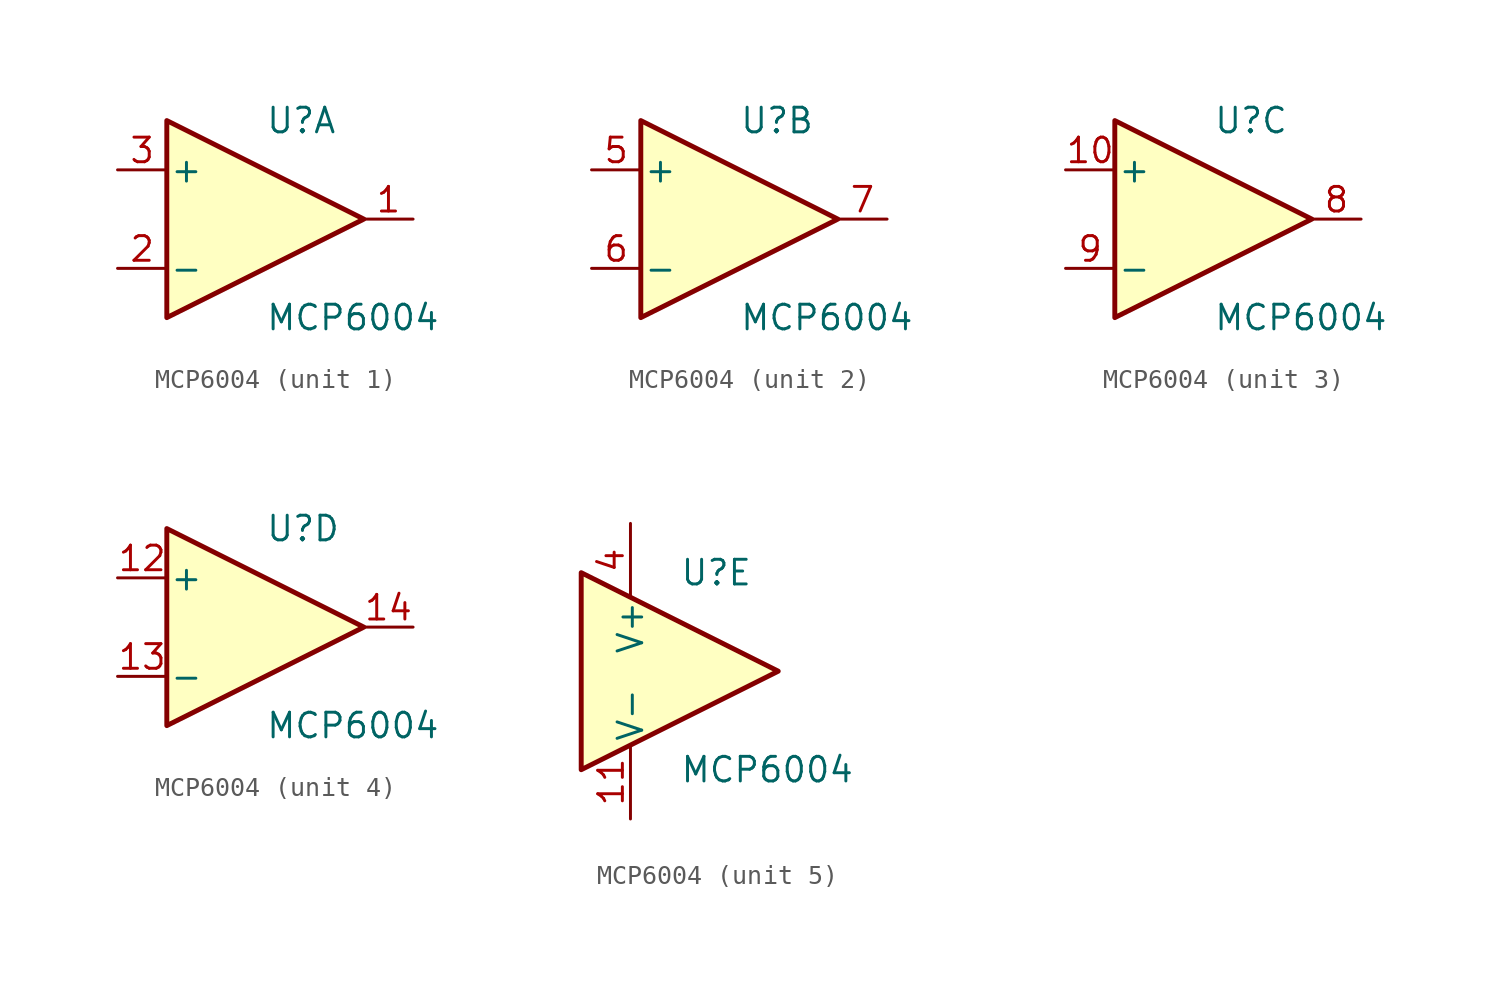
<source format=kicad_sym>
(kicad_symbol_lib
  (version 20210619)
  (generator kicad_symbol_editor)
  (symbol "custom:MCP6004"
    (pin_names
      (offset 0.127))
    (property "Reference" "U"
      (at 0 5.08 0)
      (effects (font (size 1.27 1.27)) (justify left)))
    (property "Value" "MCP6004"
      (at 0 -5.08 0)
      (effects (font (size 1.27 1.27)) (justify left)))
    (property "ki_locked" ""
      (at 0 0 0)
      (effects (font (size 1.27 1.27))))
    (symbol "MCP6004_1_1"
      (polyline (pts (xy -5.08 5.08) (xy 5.08 0) (xy -5.08 -5.08) (xy -5.08 5.08)) (stroke (width 0.254)) (fill (type background)))
      (pin output line (at 7.62 0 180) (length 2.54) (name "~" (effects (font (size 1.27 1.27)))) (number "1" (effects (font (size 1.27 1.27)))))
      (pin input line (at -7.62 -2.54 0) (length 2.54) (name "-" (effects (font (size 1.27 1.27)))) (number "2" (effects (font (size 1.27 1.27)))))
      (pin input line (at -7.62 2.54 0) (length 2.54) (name "+" (effects (font (size 1.27 1.27)))) (number "3" (effects (font (size 1.27 1.27))))))
    (symbol "MCP6004_2_1"
      (polyline (pts (xy -5.08 5.08) (xy 5.08 0) (xy -5.08 -5.08) (xy -5.08 5.08)) (stroke (width 0.254)) (fill (type background)))
      (pin input line (at -7.62 2.54 0) (length 2.54) (name "+" (effects (font (size 1.27 1.27)))) (number "5" (effects (font (size 1.27 1.27)))))
      (pin input line (at -7.62 -2.54 0) (length 2.54) (name "-" (effects (font (size 1.27 1.27)))) (number "6" (effects (font (size 1.27 1.27)))))
      (pin output line (at 7.62 0 180) (length 2.54) (name "~" (effects (font (size 1.27 1.27)))) (number "7" (effects (font (size 1.27 1.27))))))
    (symbol "MCP6004_3_1"
      (polyline (pts (xy -5.08 5.08) (xy 5.08 0) (xy -5.08 -5.08) (xy -5.08 5.08)) (stroke (width 0.254)) (fill (type background)))
      (pin input line (at -7.62 2.54 0) (length 2.54) (name "+" (effects (font (size 1.27 1.27)))) (number "10" (effects (font (size 1.27 1.27)))))
      (pin output line (at 7.62 0 180) (length 2.54) (name "~" (effects (font (size 1.27 1.27)))) (number "8" (effects (font (size 1.27 1.27)))))
      (pin input line (at -7.62 -2.54 0) (length 2.54) (name "-" (effects (font (size 1.27 1.27)))) (number "9" (effects (font (size 1.27 1.27))))))
    (symbol "MCP6004_4_1"
      (polyline (pts (xy -5.08 5.08) (xy 5.08 0) (xy -5.08 -5.08) (xy -5.08 5.08)) (stroke (width 0.254)) (fill (type background)))
      (pin input line (at -7.62 2.54 0) (length 2.54) (name "+" (effects (font (size 1.27 1.27)))) (number "12" (effects (font (size 1.27 1.27)))))
      (pin input line (at -7.62 -2.54 0) (length 2.54) (name "-" (effects (font (size 1.27 1.27)))) (number "13" (effects (font (size 1.27 1.27)))))
      (pin output line (at 7.62 0 180) (length 2.54) (name "~" (effects (font (size 1.27 1.27)))) (number "14" (effects (font (size 1.27 1.27))))))
    (symbol "MCP6004_5_1"
      (polyline (pts (xy -5.08 5.08) (xy 5.08 0) (xy -5.08 -5.08) (xy -5.08 5.08)) (stroke (width 0.254)) (fill (type background)))
      (pin power_in line (at -2.54 -7.62 90) (length 3.81) (name "V-" (effects (font (size 1.27 1.27)))) (number "11" (effects (font (size 1.27 1.27)))))
      (pin power_in line (at -2.54 7.62 270) (length 3.81) (name "V+" (effects (font (size 1.27 1.27)))) (number "4" (effects (font (size 1.27 1.27))))))))
</source>
